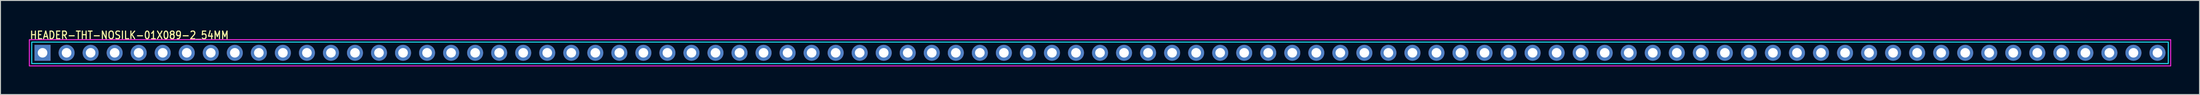
<source format=kicad_pcb>
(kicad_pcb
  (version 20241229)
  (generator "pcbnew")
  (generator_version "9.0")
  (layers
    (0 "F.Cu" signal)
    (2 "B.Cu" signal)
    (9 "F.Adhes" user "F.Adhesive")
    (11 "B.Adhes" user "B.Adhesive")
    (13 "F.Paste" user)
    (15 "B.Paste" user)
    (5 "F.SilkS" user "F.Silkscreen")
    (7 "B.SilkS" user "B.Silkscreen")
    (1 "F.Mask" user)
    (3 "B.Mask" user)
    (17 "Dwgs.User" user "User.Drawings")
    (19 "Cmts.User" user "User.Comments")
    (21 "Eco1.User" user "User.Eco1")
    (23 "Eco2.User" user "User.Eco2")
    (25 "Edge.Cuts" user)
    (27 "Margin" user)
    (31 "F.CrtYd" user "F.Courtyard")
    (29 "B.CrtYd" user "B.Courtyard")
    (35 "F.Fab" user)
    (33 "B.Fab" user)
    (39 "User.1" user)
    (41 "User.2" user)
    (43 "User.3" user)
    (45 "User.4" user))
  (footprint "HEADER-THT-NOSILK-01X089-2_54MM"
    (layer "F.Cu")
    (at 1.447 2.579)
    (property "Reference" "HEADER-THT-NOSILK-01X089-2_54MM" (at -1.4 -1.4 0) (unlocked yes) (layer "F.SilkS") (effects (font (size 0.813 0.695) (thickness 0.122)) (justify left bottom)))
    (fp_poly (pts (xy -1.143 -1.143) (xy 224.663 -1.143) (xy 224.663 1.143) (xy -1.143 1.143)) (stroke (width 0.1) (type solid)) (fill no) (layer "B.CrtYd"))
    (fp_poly (pts (xy -1.397 -1.397) (xy 224.917 -1.397) (xy 224.917 1.397) (xy -1.397 1.397)) (stroke (width 0.1) (type solid)) (fill no) (layer "F.CrtYd"))
    (pad "P$1" thru_hole rect (at 0 0) (size 1.693 1.693) (drill 1.016) (layers "*.Cu" "*.Mask"))
    (pad "P$2" thru_hole oval (at 2.54 0) (size 1.693 1.693) (drill 1.016) (layers "*.Cu" "*.Mask"))
    (pad "P$3" thru_hole oval (at 5.08 0) (size 1.693 1.693) (drill 1.016) (layers "*.Cu" "*.Mask"))
    (pad "P$4" thru_hole oval (at 7.62 0) (size 1.693 1.693) (drill 1.016) (layers "*.Cu" "*.Mask"))
    (pad "P$5" thru_hole oval (at 10.16 0) (size 1.693 1.693) (drill 1.016) (layers "*.Cu" "*.Mask"))
    (pad "P$6" thru_hole oval (at 12.7 0) (size 1.693 1.693) (drill 1.016) (layers "*.Cu" "*.Mask"))
    (pad "P$7" thru_hole oval (at 15.24 0) (size 1.693 1.693) (drill 1.016) (layers "*.Cu" "*.Mask"))
    (pad "P$8" thru_hole oval (at 17.78 0) (size 1.693 1.693) (drill 1.016) (layers "*.Cu" "*.Mask"))
    (pad "P$9" thru_hole oval (at 20.32 0) (size 1.693 1.693) (drill 1.016) (layers "*.Cu" "*.Mask"))
    (pad "P$10" thru_hole oval (at 22.86 0) (size 1.693 1.693) (drill 1.016) (layers "*.Cu" "*.Mask"))
    (pad "P$11" thru_hole oval (at 25.4 0) (size 1.693 1.693) (drill 1.016) (layers "*.Cu" "*.Mask"))
    (pad "P$12" thru_hole oval (at 27.94 0) (size 1.693 1.693) (drill 1.016) (layers "*.Cu" "*.Mask"))
    (pad "P$13" thru_hole oval (at 30.48 0) (size 1.693 1.693) (drill 1.016) (layers "*.Cu" "*.Mask"))
    (pad "P$14" thru_hole oval (at 33.02 0) (size 1.693 1.693) (drill 1.016) (layers "*.Cu" "*.Mask"))
    (pad "P$15" thru_hole oval (at 35.56 0) (size 1.693 1.693) (drill 1.016) (layers "*.Cu" "*.Mask"))
    (pad "P$16" thru_hole oval (at 38.1 0) (size 1.693 1.693) (drill 1.016) (layers "*.Cu" "*.Mask"))
    (pad "P$17" thru_hole oval (at 40.64 0) (size 1.693 1.693) (drill 1.016) (layers "*.Cu" "*.Mask"))
    (pad "P$18" thru_hole oval (at 43.18 0) (size 1.693 1.693) (drill 1.016) (layers "*.Cu" "*.Mask"))
    (pad "P$19" thru_hole oval (at 45.72 0) (size 1.693 1.693) (drill 1.016) (layers "*.Cu" "*.Mask"))
    (pad "P$20" thru_hole oval (at 48.26 0) (size 1.693 1.693) (drill 1.016) (layers "*.Cu" "*.Mask"))
    (pad "P$21" thru_hole oval (at 50.8 0) (size 1.693 1.693) (drill 1.016) (layers "*.Cu" "*.Mask"))
    (pad "P$22" thru_hole oval (at 53.34 0) (size 1.693 1.693) (drill 1.016) (layers "*.Cu" "*.Mask"))
    (pad "P$23" thru_hole oval (at 55.88 0) (size 1.693 1.693) (drill 1.016) (layers "*.Cu" "*.Mask"))
    (pad "P$24" thru_hole oval (at 58.42 0) (size 1.693 1.693) (drill 1.016) (layers "*.Cu" "*.Mask"))
    (pad "P$25" thru_hole oval (at 60.96 0) (size 1.693 1.693) (drill 1.016) (layers "*.Cu" "*.Mask"))
    (pad "P$26" thru_hole oval (at 63.5 0) (size 1.693 1.693) (drill 1.016) (layers "*.Cu" "*.Mask"))
    (pad "P$27" thru_hole oval (at 66.04 0) (size 1.693 1.693) (drill 1.016) (layers "*.Cu" "*.Mask"))
    (pad "P$28" thru_hole oval (at 68.58 0) (size 1.693 1.693) (drill 1.016) (layers "*.Cu" "*.Mask"))
    (pad "P$29" thru_hole oval (at 71.12 0) (size 1.693 1.693) (drill 1.016) (layers "*.Cu" "*.Mask"))
    (pad "P$30" thru_hole oval (at 73.66 0) (size 1.693 1.693) (drill 1.016) (layers "*.Cu" "*.Mask"))
    (pad "P$31" thru_hole oval (at 76.2 0) (size 1.693 1.693) (drill 1.016) (layers "*.Cu" "*.Mask"))
    (pad "P$32" thru_hole oval (at 78.74 0) (size 1.693 1.693) (drill 1.016) (layers "*.Cu" "*.Mask"))
    (pad "P$33" thru_hole oval (at 81.28 0) (size 1.693 1.693) (drill 1.016) (layers "*.Cu" "*.Mask"))
    (pad "P$34" thru_hole oval (at 83.82 0) (size 1.693 1.693) (drill 1.016) (layers "*.Cu" "*.Mask"))
    (pad "P$35" thru_hole oval (at 86.36 0) (size 1.693 1.693) (drill 1.016) (layers "*.Cu" "*.Mask"))
    (pad "P$36" thru_hole oval (at 88.9 0) (size 1.693 1.693) (drill 1.016) (layers "*.Cu" "*.Mask"))
    (pad "P$37" thru_hole oval (at 91.44 0) (size 1.693 1.693) (drill 1.016) (layers "*.Cu" "*.Mask"))
    (pad "P$38" thru_hole oval (at 93.98 0) (size 1.693 1.693) (drill 1.016) (layers "*.Cu" "*.Mask"))
    (pad "P$39" thru_hole oval (at 96.52 0) (size 1.693 1.693) (drill 1.016) (layers "*.Cu" "*.Mask"))
    (pad "P$40" thru_hole oval (at 99.06 0) (size 1.693 1.693) (drill 1.016) (layers "*.Cu" "*.Mask"))
    (pad "P$41" thru_hole oval (at 101.6 0) (size 1.693 1.693) (drill 1.016) (layers "*.Cu" "*.Mask"))
    (pad "P$42" thru_hole oval (at 104.14 0) (size 1.693 1.693) (drill 1.016) (layers "*.Cu" "*.Mask"))
    (pad "P$43" thru_hole oval (at 106.68 0) (size 1.693 1.693) (drill 1.016) (layers "*.Cu" "*.Mask"))
    (pad "P$44" thru_hole oval (at 109.22 0) (size 1.693 1.693) (drill 1.016) (layers "*.Cu" "*.Mask"))
    (pad "P$45" thru_hole oval (at 111.76 0) (size 1.693 1.693) (drill 1.016) (layers "*.Cu" "*.Mask"))
    (pad "P$46" thru_hole oval (at 114.3 0) (size 1.693 1.693) (drill 1.016) (layers "*.Cu" "*.Mask"))
    (pad "P$47" thru_hole oval (at 116.84 0) (size 1.693 1.693) (drill 1.016) (layers "*.Cu" "*.Mask"))
    (pad "P$48" thru_hole oval (at 119.38 0) (size 1.693 1.693) (drill 1.016) (layers "*.Cu" "*.Mask"))
    (pad "P$49" thru_hole oval (at 121.92 0) (size 1.693 1.693) (drill 1.016) (layers "*.Cu" "*.Mask"))
    (pad "P$50" thru_hole oval (at 124.46 0) (size 1.693 1.693) (drill 1.016) (layers "*.Cu" "*.Mask"))
    (pad "P$51" thru_hole oval (at 127 0) (size 1.693 1.693) (drill 1.016) (layers "*.Cu" "*.Mask"))
    (pad "P$52" thru_hole oval (at 129.54 0) (size 1.693 1.693) (drill 1.016) (layers "*.Cu" "*.Mask"))
    (pad "P$53" thru_hole oval (at 132.08 0) (size 1.693 1.693) (drill 1.016) (layers "*.Cu" "*.Mask"))
    (pad "P$54" thru_hole oval (at 134.62 0) (size 1.693 1.693) (drill 1.016) (layers "*.Cu" "*.Mask"))
    (pad "P$55" thru_hole oval (at 137.16 0) (size 1.693 1.693) (drill 1.016) (layers "*.Cu" "*.Mask"))
    (pad "P$56" thru_hole oval (at 139.7 0) (size 1.693 1.693) (drill 1.016) (layers "*.Cu" "*.Mask"))
    (pad "P$57" thru_hole oval (at 142.24 0) (size 1.693 1.693) (drill 1.016) (layers "*.Cu" "*.Mask"))
    (pad "P$58" thru_hole oval (at 144.78 0) (size 1.693 1.693) (drill 1.016) (layers "*.Cu" "*.Mask"))
    (pad "P$59" thru_hole oval (at 147.32 0) (size 1.693 1.693) (drill 1.016) (layers "*.Cu" "*.Mask"))
    (pad "P$60" thru_hole oval (at 149.86 0) (size 1.693 1.693) (drill 1.016) (layers "*.Cu" "*.Mask"))
    (pad "P$61" thru_hole oval (at 152.4 0) (size 1.693 1.693) (drill 1.016) (layers "*.Cu" "*.Mask"))
    (pad "P$62" thru_hole oval (at 154.94 0) (size 1.693 1.693) (drill 1.016) (layers "*.Cu" "*.Mask"))
    (pad "P$63" thru_hole oval (at 157.48 0) (size 1.693 1.693) (drill 1.016) (layers "*.Cu" "*.Mask"))
    (pad "P$64" thru_hole oval (at 160.02 0) (size 1.693 1.693) (drill 1.016) (layers "*.Cu" "*.Mask"))
    (pad "P$65" thru_hole oval (at 162.56 0) (size 1.693 1.693) (drill 1.016) (layers "*.Cu" "*.Mask"))
    (pad "P$66" thru_hole oval (at 165.1 0) (size 1.693 1.693) (drill 1.016) (layers "*.Cu" "*.Mask"))
    (pad "P$67" thru_hole oval (at 167.64 0) (size 1.693 1.693) (drill 1.016) (layers "*.Cu" "*.Mask"))
    (pad "P$68" thru_hole oval (at 170.18 0) (size 1.693 1.693) (drill 1.016) (layers "*.Cu" "*.Mask"))
    (pad "P$69" thru_hole oval (at 172.72 0) (size 1.693 1.693) (drill 1.016) (layers "*.Cu" "*.Mask"))
    (pad "P$70" thru_hole oval (at 175.26 0) (size 1.693 1.693) (drill 1.016) (layers "*.Cu" "*.Mask"))
    (pad "P$71" thru_hole oval (at 177.8 0) (size 1.693 1.693) (drill 1.016) (layers "*.Cu" "*.Mask"))
    (pad "P$72" thru_hole oval (at 180.34 0) (size 1.693 1.693) (drill 1.016) (layers "*.Cu" "*.Mask"))
    (pad "P$73" thru_hole oval (at 182.88 0) (size 1.693 1.693) (drill 1.016) (layers "*.Cu" "*.Mask"))
    (pad "P$74" thru_hole oval (at 185.42 0) (size 1.693 1.693) (drill 1.016) (layers "*.Cu" "*.Mask"))
    (pad "P$75" thru_hole oval (at 187.96 0) (size 1.693 1.693) (drill 1.016) (layers "*.Cu" "*.Mask"))
    (pad "P$76" thru_hole oval (at 190.5 0) (size 1.693 1.693) (drill 1.016) (layers "*.Cu" "*.Mask"))
    (pad "P$77" thru_hole oval (at 193.04 0) (size 1.693 1.693) (drill 1.016) (layers "*.Cu" "*.Mask"))
    (pad "P$78" thru_hole oval (at 195.58 0) (size 1.693 1.693) (drill 1.016) (layers "*.Cu" "*.Mask"))
    (pad "P$79" thru_hole oval (at 198.12 0) (size 1.693 1.693) (drill 1.016) (layers "*.Cu" "*.Mask"))
    (pad "P$80" thru_hole oval (at 200.66 0) (size 1.693 1.693) (drill 1.016) (layers "*.Cu" "*.Mask"))
    (pad "P$81" thru_hole oval (at 203.2 0) (size 1.693 1.693) (drill 1.016) (layers "*.Cu" "*.Mask"))
    (pad "P$82" thru_hole oval (at 205.74 0) (size 1.693 1.693) (drill 1.016) (layers "*.Cu" "*.Mask"))
    (pad "P$83" thru_hole oval (at 208.28 0) (size 1.693 1.693) (drill 1.016) (layers "*.Cu" "*.Mask"))
    (pad "P$84" thru_hole oval (at 210.82 0) (size 1.693 1.693) (drill 1.016) (layers "*.Cu" "*.Mask"))
    (pad "P$85" thru_hole oval (at 213.36 0) (size 1.693 1.693) (drill 1.016) (layers "*.Cu" "*.Mask"))
    (pad "P$86" thru_hole oval (at 215.9 0) (size 1.693 1.693) (drill 1.016) (layers "*.Cu" "*.Mask"))
    (pad "P$87" thru_hole oval (at 218.44 0) (size 1.693 1.693) (drill 1.016) (layers "*.Cu" "*.Mask"))
    (pad "P$88" thru_hole oval (at 220.98 0) (size 1.693 1.693) (drill 1.016) (layers "*.Cu" "*.Mask"))
    (pad "P$89" thru_hole oval (at 223.52 0) (size 1.693 1.693) (drill 1.016) (layers "*.Cu" "*.Mask")))
  (gr_rect
    (start -3 -3)
    (end 229.414 7.026)
    (stroke (width 0.1) (type default))
    (fill no)
    (layer "Edge.Cuts")))
</source>
